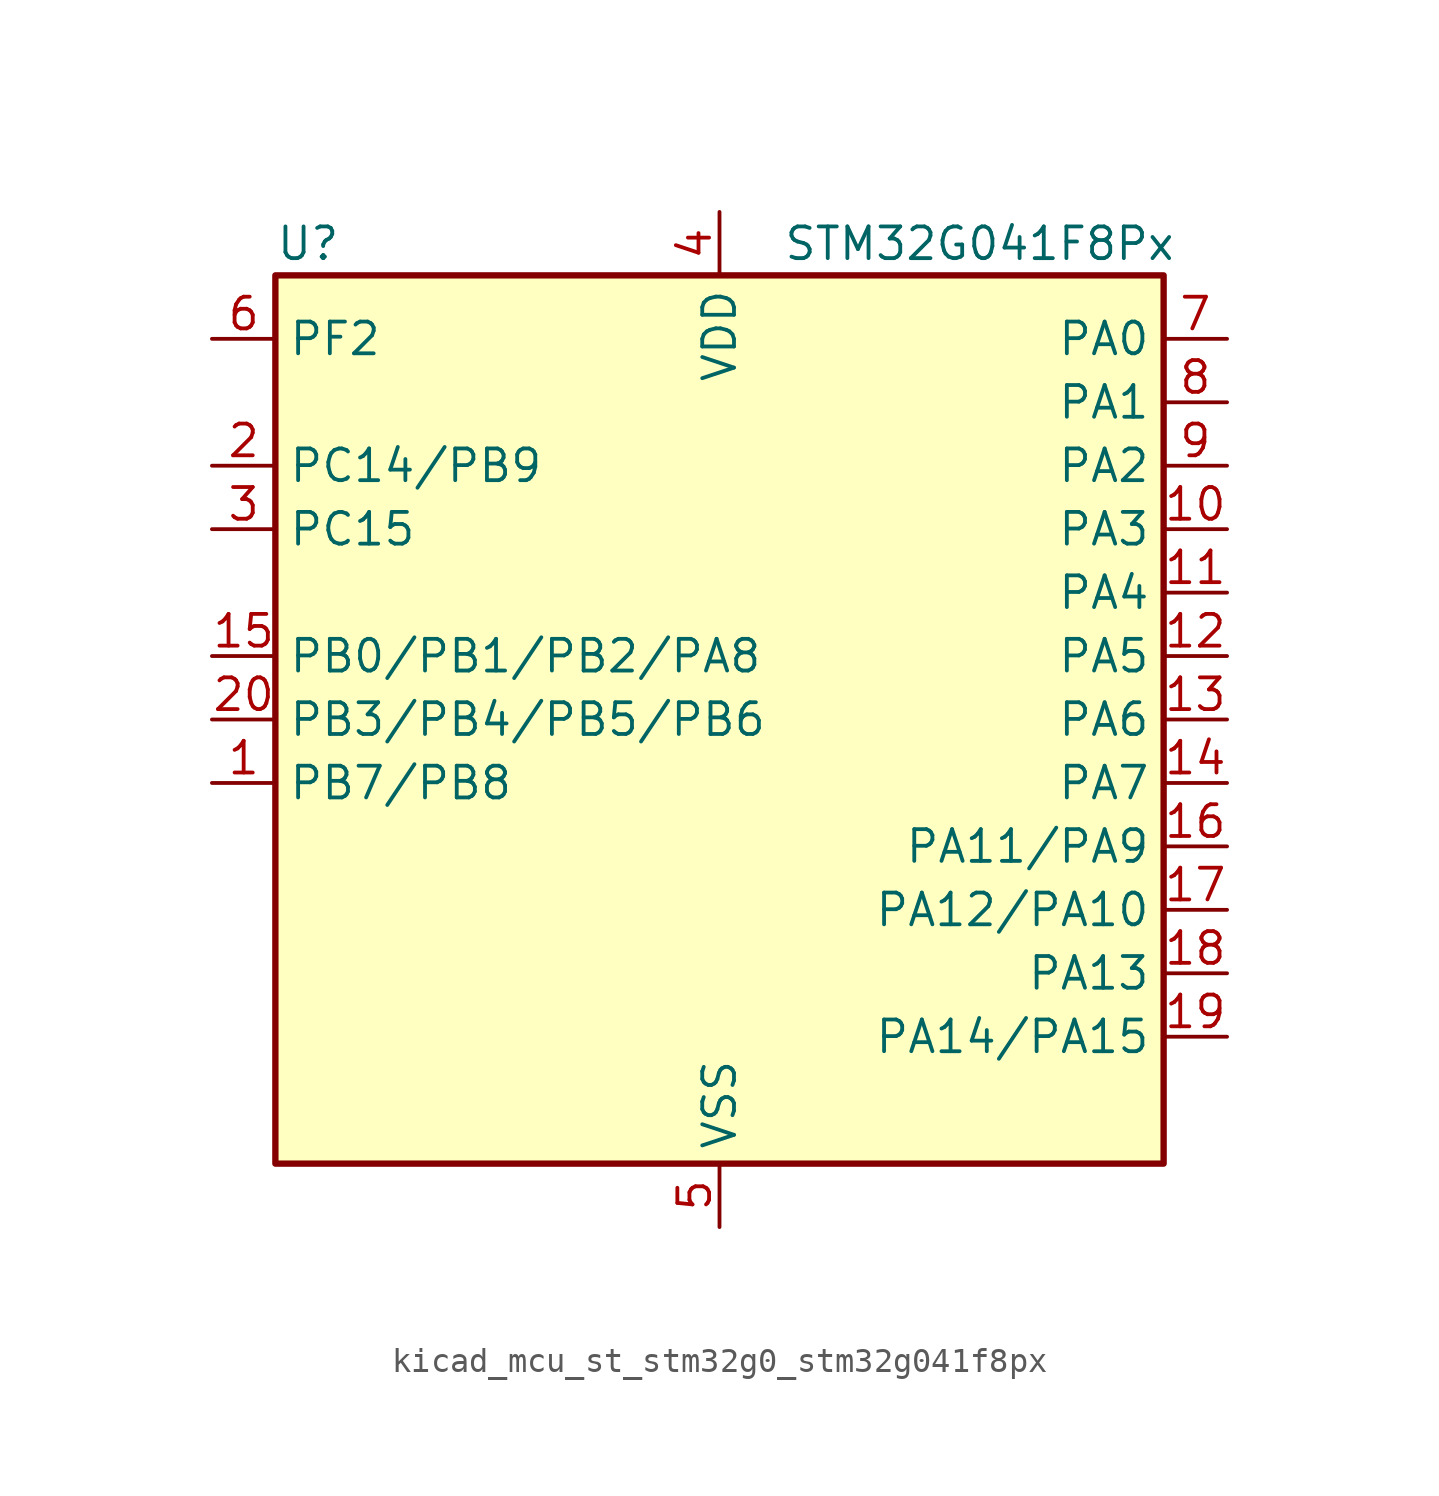
<source format=kicad_sym>
(kicad_symbol_lib
  (version 20220914)
  (generator kicad_symbol_editor)
  (symbol "kicad_mcu_st_stm32g0_stm32g041f8px"
    (property "Reference" "U"
      (at -17.78 19.05 0)
      (effects (font (size 1.27 1.27)) (justify left)))
    (property "Value" "STM32G041F8Px"
      (at 2.54 19.05 0)
      (effects (font (size 1.27 1.27)) (justify left)))
    (property "ki_locked" ""
      (at 0 0 0)
      (effects (font (size 1.27 1.27))))
    (symbol "kicad_mcu_st_stm32g0_stm32g041f8px_0_1"
      (rectangle (start -17.78 -17.78) (end 17.78 17.78) (stroke (width 0.254) (type default)) (fill (type background))))
    (symbol "kicad_mcu_st_stm32g0_stm32g041f8px_1_1"
      (pin bidirectional line (at -20.32 -2.54 0) (length 2.54) (name "PB7/PB8" (effects (font (size 1.27 1.27)))) (number "1" (effects (font (size 1.27 1.27)))) (alternate "ADC1_IN11" bidirectional line) (alternate "I2C1_SDA" bidirectional line) (alternate "LPTIM1_IN2" bidirectional line) (alternate "SPI2_MOSI" bidirectional line) (alternate "SYS_PVD_IN" bidirectional line) (alternate "TIM17_CH1N" bidirectional line) (alternate "USART1_RX" bidirectional line))
      (pin bidirectional line (at 20.32 7.62 180) (length 2.54) (name "PA3" (effects (font (size 1.27 1.27)))) (number "10" (effects (font (size 1.27 1.27)))) (alternate "ADC1_IN3" bidirectional line) (alternate "LPUART1_RX" bidirectional line) (alternate "SPI2_MISO" bidirectional line) (alternate "TIM2_CH4" bidirectional line) (alternate "USART2_RX" bidirectional line))
      (pin bidirectional line (at 20.32 5.08 180) (length 2.54) (name "PA4" (effects (font (size 1.27 1.27)))) (number "11" (effects (font (size 1.27 1.27)))) (alternate "ADC1_IN4" bidirectional line) (alternate "I2S1_WS" bidirectional line) (alternate "LPTIM2_OUT" bidirectional line) (alternate "RTC_OUT_ALARM" bidirectional line) (alternate "RTC_OUT_CALIB" bidirectional line) (alternate "RTC_TAMP_IN1" bidirectional line) (alternate "RTC_TS" bidirectional line) (alternate "SPI1_NSS" bidirectional line) (alternate "SPI2_MOSI" bidirectional line) (alternate "SYS_WKUP2" bidirectional line) (alternate "TIM14_CH1" bidirectional line))
      (pin bidirectional line (at 20.32 2.54 180) (length 2.54) (name "PA5" (effects (font (size 1.27 1.27)))) (number "12" (effects (font (size 1.27 1.27)))) (alternate "ADC1_IN5" bidirectional line) (alternate "I2S1_CK" bidirectional line) (alternate "LPTIM2_ETR" bidirectional line) (alternate "SPI1_SCK" bidirectional line) (alternate "TIM2_CH1" bidirectional line) (alternate "TIM2_ETR" bidirectional line))
      (pin bidirectional line (at 20.32 0 180) (length 2.54) (name "PA6" (effects (font (size 1.27 1.27)))) (number "13" (effects (font (size 1.27 1.27)))) (alternate "ADC1_IN6" bidirectional line) (alternate "I2S1_MCK" bidirectional line) (alternate "LPUART1_CTS" bidirectional line) (alternate "SPI1_MISO" bidirectional line) (alternate "TIM16_CH1" bidirectional line) (alternate "TIM1_BK" bidirectional line) (alternate "TIM3_CH1" bidirectional line))
      (pin bidirectional line (at 20.32 -2.54 180) (length 2.54) (name "PA7" (effects (font (size 1.27 1.27)))) (number "14" (effects (font (size 1.27 1.27)))) (alternate "ADC1_IN7" bidirectional line) (alternate "I2S1_SD" bidirectional line) (alternate "SPI1_MOSI" bidirectional line) (alternate "TIM14_CH1" bidirectional line) (alternate "TIM17_CH1" bidirectional line) (alternate "TIM1_CH1N" bidirectional line) (alternate "TIM3_CH2" bidirectional line))
      (pin bidirectional line (at -20.32 2.54 0) (length 2.54) (name "PB0/PB1/PB2/PA8" (effects (font (size 1.27 1.27)))) (number "15" (effects (font (size 1.27 1.27)))) (alternate "ADC1_IN8" bidirectional line) (alternate "I2S1_WS" bidirectional line) (alternate "LPTIM1_OUT" bidirectional line) (alternate "SPI1_NSS" bidirectional line) (alternate "TIM1_CH2N" bidirectional line) (alternate "TIM3_CH3" bidirectional line))
      (pin bidirectional line (at 20.32 -5.08 180) (length 2.54) (name "PA11/PA9" (effects (font (size 1.27 1.27)))) (number "16" (effects (font (size 1.27 1.27)))) (alternate "ADC1_EXTI11" bidirectional line) (alternate "ADC1_IN15" bidirectional line) (alternate "I2C2_SCL" bidirectional line) (alternate "I2S1_MCK" bidirectional line) (alternate "SPI1_MISO" bidirectional line) (alternate "TIM1_BK2" bidirectional line) (alternate "TIM1_CH4" bidirectional line) (alternate "USART1_CTS" bidirectional line) (alternate "USART1_NSS" bidirectional line))
      (pin bidirectional line (at 20.32 -7.62 180) (length 2.54) (name "PA12/PA10" (effects (font (size 1.27 1.27)))) (number "17" (effects (font (size 1.27 1.27)))) (alternate "ADC1_IN16" bidirectional line) (alternate "I2C2_SDA" bidirectional line) (alternate "I2S1_SD" bidirectional line) (alternate "I2S_CKIN" bidirectional line) (alternate "SPI1_MOSI" bidirectional line) (alternate "TIM1_ETR" bidirectional line) (alternate "USART1_CK" bidirectional line) (alternate "USART1_DE" bidirectional line) (alternate "USART1_RTS" bidirectional line))
      (pin bidirectional line (at 20.32 -10.16 180) (length 2.54) (name "PA13" (effects (font (size 1.27 1.27)))) (number "18" (effects (font (size 1.27 1.27)))) (alternate "ADC1_IN17" bidirectional line) (alternate "IR_OUT" bidirectional line) (alternate "SYS_SWDIO" bidirectional line))
      (pin bidirectional line (at 20.32 -12.7 180) (length 2.54) (name "PA14/PA15" (effects (font (size 1.27 1.27)))) (number "19" (effects (font (size 1.27 1.27)))) (alternate "ADC1_IN18" bidirectional line) (alternate "SYS_SWCLK" bidirectional line) (alternate "USART2_TX" bidirectional line))
      (pin bidirectional line (at -20.32 10.16 0) (length 2.54) (name "PC14/PB9" (effects (font (size 1.27 1.27)))) (number "2" (effects (font (size 1.27 1.27)))) (alternate "RCC_OSC32_IN" bidirectional line) (alternate "RCC_OSC_IN" bidirectional line) (alternate "TIM1_BK2" bidirectional line))
      (pin bidirectional line (at -20.32 0 0) (length 2.54) (name "PB3/PB4/PB5/PB6" (effects (font (size 1.27 1.27)))) (number "20" (effects (font (size 1.27 1.27)))) (alternate "I2S1_CK" bidirectional line) (alternate "SPI1_SCK" bidirectional line) (alternate "TIM1_CH2" bidirectional line) (alternate "TIM2_CH2" bidirectional line) (alternate "USART1_CK" bidirectional line) (alternate "USART1_DE" bidirectional line) (alternate "USART1_RTS" bidirectional line))
      (pin bidirectional line (at -20.32 7.62 0) (length 2.54) (name "PC15" (effects (font (size 1.27 1.27)))) (number "3" (effects (font (size 1.27 1.27)))) (alternate "RCC_OSC32_EN" bidirectional line) (alternate "RCC_OSC32_OUT" bidirectional line) (alternate "RCC_OSC_EN" bidirectional line))
      (pin power_in line (at 0 20.32 270) (length 2.54) (name "VDD" (effects (font (size 1.27 1.27)))) (number "4" (effects (font (size 1.27 1.27)))))
      (pin power_in line (at 0 -20.32 90) (length 2.54) (name "VSS" (effects (font (size 1.27 1.27)))) (number "5" (effects (font (size 1.27 1.27)))))
      (pin bidirectional line (at -20.32 15.24 0) (length 2.54) (name "PF2" (effects (font (size 1.27 1.27)))) (number "6" (effects (font (size 1.27 1.27)))) (alternate "RCC_MCO" bidirectional line))
      (pin bidirectional line (at 20.32 15.24 180) (length 2.54) (name "PA0" (effects (font (size 1.27 1.27)))) (number "7" (effects (font (size 1.27 1.27)))) (alternate "ADC1_IN0" bidirectional line) (alternate "LPTIM1_OUT" bidirectional line) (alternate "RTC_TAMP_IN2" bidirectional line) (alternate "SPI2_SCK" bidirectional line) (alternate "SYS_WKUP1" bidirectional line) (alternate "TIM2_CH1" bidirectional line) (alternate "TIM2_ETR" bidirectional line) (alternate "USART2_CTS" bidirectional line) (alternate "USART2_NSS" bidirectional line))
      (pin bidirectional line (at 20.32 12.7 180) (length 2.54) (name "PA1" (effects (font (size 1.27 1.27)))) (number "8" (effects (font (size 1.27 1.27)))) (alternate "ADC1_IN1" bidirectional line) (alternate "I2C1_SMBA" bidirectional line) (alternate "I2S1_CK" bidirectional line) (alternate "SPI1_SCK" bidirectional line) (alternate "TIM2_CH2" bidirectional line) (alternate "USART2_CK" bidirectional line) (alternate "USART2_DE" bidirectional line) (alternate "USART2_RTS" bidirectional line))
      (pin bidirectional line (at 20.32 10.16 180) (length 2.54) (name "PA2" (effects (font (size 1.27 1.27)))) (number "9" (effects (font (size 1.27 1.27)))) (alternate "ADC1_IN2" bidirectional line) (alternate "I2S1_SD" bidirectional line) (alternate "LPUART1_TX" bidirectional line) (alternate "RCC_LSCO" bidirectional line) (alternate "SPI1_MOSI" bidirectional line) (alternate "SYS_WKUP4" bidirectional line) (alternate "TIM2_CH3" bidirectional line) (alternate "USART2_TX" bidirectional line)))))
</source>
